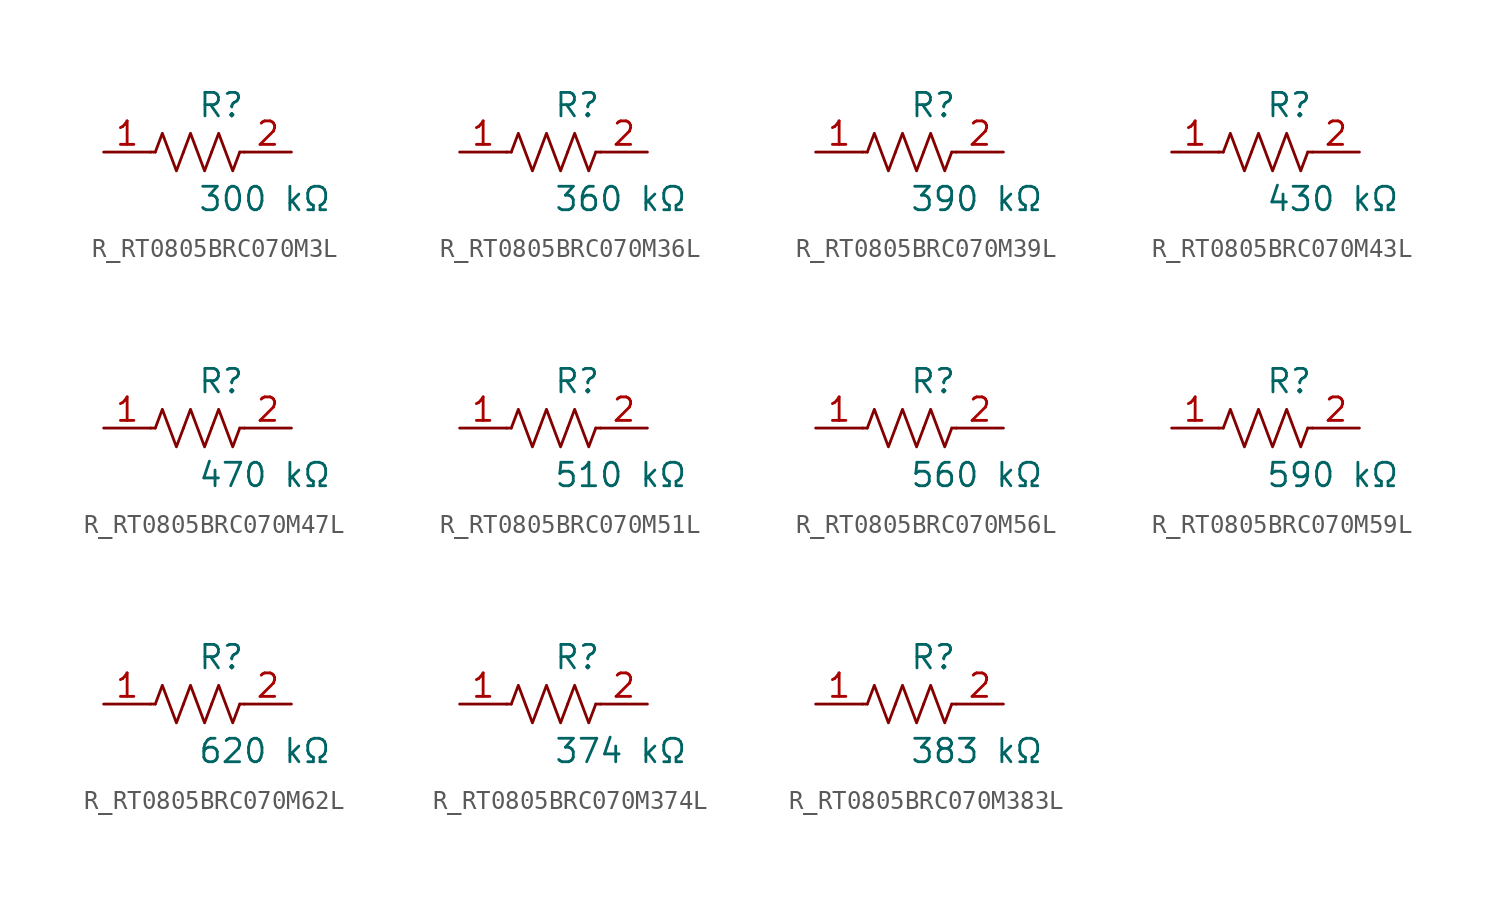
<source format=kicad_sym>
(kicad_symbol_lib
  (version 20231120)
  (generator kicad_symbol_editor)
  (generator_version 8.0)
  (symbol "R_RT0805BRC070M3L"
    (pin_names
      (offset 0.254))
    (property "Reference" "R"
      (at 0.0 2.54 0)
      (effects (font (size 1.27 1.27)) (justify left)))
    (property "Value" "300 kΩ"
      (at 0.0 -2.54 0)
      (effects (font (size 1.27 1.27)) (justify left)))
    (symbol "R_RT0805BRC070M3L_0_1"
      (polyline (pts (xy 2.286 0) (xy 2.54 0)) (stroke (width 0) (type default)) (fill (type none)))
      (polyline (pts (xy -2.286 0) (xy -2.54 0)) (stroke (width 0) (type default)) (fill (type none)))
      (polyline (pts (xy 0.762 0) (xy 1.143 1.016) (xy 1.524 0) (xy 1.905 -1.016) (xy 2.286 0)) (stroke (width 0) (type default)) (fill (type none)))
      (polyline (pts (xy -0.762 0) (xy -0.381 1.016) (xy 0 0) (xy 0.381 -1.016) (xy 0.762 0)) (stroke (width 0) (type default)) (fill (type none)))
      (polyline (pts (xy -2.286 0) (xy -1.905 1.016) (xy -1.524 0) (xy -1.143 -1.016) (xy -0.762 0)) (stroke (width 0) (type default)) (fill (type none))))
    (pin unspecified line
      (at -5.08 0 0)
      (length 2.54)
      (name "" (effects (font (size 1.27 1.27))))
      (number "1" (effects (font (size 1.27 1.27)))))
    (pin unspecified line
      (at 5.08 0 180)
      (length 2.54)
      (name "" (effects (font (size 1.27 1.27))))
      (number "2" (effects (font (size 1.27 1.27))))))
  (symbol "R_RT0805BRC070M36L"
    (pin_names
      (offset 0.254))
    (property "Reference" "R"
      (at 0.0 2.54 0)
      (effects (font (size 1.27 1.27)) (justify left)))
    (property "Value" "360 kΩ"
      (at 0.0 -2.54 0)
      (effects (font (size 1.27 1.27)) (justify left)))
    (symbol "R_RT0805BRC070M36L_0_1"
      (polyline (pts (xy 2.286 0) (xy 2.54 0)) (stroke (width 0) (type default)) (fill (type none)))
      (polyline (pts (xy -2.286 0) (xy -2.54 0)) (stroke (width 0) (type default)) (fill (type none)))
      (polyline (pts (xy 0.762 0) (xy 1.143 1.016) (xy 1.524 0) (xy 1.905 -1.016) (xy 2.286 0)) (stroke (width 0) (type default)) (fill (type none)))
      (polyline (pts (xy -0.762 0) (xy -0.381 1.016) (xy 0 0) (xy 0.381 -1.016) (xy 0.762 0)) (stroke (width 0) (type default)) (fill (type none)))
      (polyline (pts (xy -2.286 0) (xy -1.905 1.016) (xy -1.524 0) (xy -1.143 -1.016) (xy -0.762 0)) (stroke (width 0) (type default)) (fill (type none))))
    (pin unspecified line
      (at -5.08 0 0)
      (length 2.54)
      (name "" (effects (font (size 1.27 1.27))))
      (number "1" (effects (font (size 1.27 1.27)))))
    (pin unspecified line
      (at 5.08 0 180)
      (length 2.54)
      (name "" (effects (font (size 1.27 1.27))))
      (number "2" (effects (font (size 1.27 1.27))))))
  (symbol "R_RT0805BRC070M39L"
    (pin_names
      (offset 0.254))
    (property "Reference" "R"
      (at 0.0 2.54 0)
      (effects (font (size 1.27 1.27)) (justify left)))
    (property "Value" "390 kΩ"
      (at 0.0 -2.54 0)
      (effects (font (size 1.27 1.27)) (justify left)))
    (symbol "R_RT0805BRC070M39L_0_1"
      (polyline (pts (xy 2.286 0) (xy 2.54 0)) (stroke (width 0) (type default)) (fill (type none)))
      (polyline (pts (xy -2.286 0) (xy -2.54 0)) (stroke (width 0) (type default)) (fill (type none)))
      (polyline (pts (xy 0.762 0) (xy 1.143 1.016) (xy 1.524 0) (xy 1.905 -1.016) (xy 2.286 0)) (stroke (width 0) (type default)) (fill (type none)))
      (polyline (pts (xy -0.762 0) (xy -0.381 1.016) (xy 0 0) (xy 0.381 -1.016) (xy 0.762 0)) (stroke (width 0) (type default)) (fill (type none)))
      (polyline (pts (xy -2.286 0) (xy -1.905 1.016) (xy -1.524 0) (xy -1.143 -1.016) (xy -0.762 0)) (stroke (width 0) (type default)) (fill (type none))))
    (pin unspecified line
      (at -5.08 0 0)
      (length 2.54)
      (name "" (effects (font (size 1.27 1.27))))
      (number "1" (effects (font (size 1.27 1.27)))))
    (pin unspecified line
      (at 5.08 0 180)
      (length 2.54)
      (name "" (effects (font (size 1.27 1.27))))
      (number "2" (effects (font (size 1.27 1.27))))))
  (symbol "R_RT0805BRC070M43L"
    (pin_names
      (offset 0.254))
    (property "Reference" "R"
      (at 0.0 2.54 0)
      (effects (font (size 1.27 1.27)) (justify left)))
    (property "Value" "430 kΩ"
      (at 0.0 -2.54 0)
      (effects (font (size 1.27 1.27)) (justify left)))
    (symbol "R_RT0805BRC070M43L_0_1"
      (polyline (pts (xy 2.286 0) (xy 2.54 0)) (stroke (width 0) (type default)) (fill (type none)))
      (polyline (pts (xy -2.286 0) (xy -2.54 0)) (stroke (width 0) (type default)) (fill (type none)))
      (polyline (pts (xy 0.762 0) (xy 1.143 1.016) (xy 1.524 0) (xy 1.905 -1.016) (xy 2.286 0)) (stroke (width 0) (type default)) (fill (type none)))
      (polyline (pts (xy -0.762 0) (xy -0.381 1.016) (xy 0 0) (xy 0.381 -1.016) (xy 0.762 0)) (stroke (width 0) (type default)) (fill (type none)))
      (polyline (pts (xy -2.286 0) (xy -1.905 1.016) (xy -1.524 0) (xy -1.143 -1.016) (xy -0.762 0)) (stroke (width 0) (type default)) (fill (type none))))
    (pin unspecified line
      (at -5.08 0 0)
      (length 2.54)
      (name "" (effects (font (size 1.27 1.27))))
      (number "1" (effects (font (size 1.27 1.27)))))
    (pin unspecified line
      (at 5.08 0 180)
      (length 2.54)
      (name "" (effects (font (size 1.27 1.27))))
      (number "2" (effects (font (size 1.27 1.27))))))
  (symbol "R_RT0805BRC070M47L"
    (pin_names
      (offset 0.254))
    (property "Reference" "R"
      (at 0.0 2.54 0)
      (effects (font (size 1.27 1.27)) (justify left)))
    (property "Value" "470 kΩ"
      (at 0.0 -2.54 0)
      (effects (font (size 1.27 1.27)) (justify left)))
    (symbol "R_RT0805BRC070M47L_0_1"
      (polyline (pts (xy 2.286 0) (xy 2.54 0)) (stroke (width 0) (type default)) (fill (type none)))
      (polyline (pts (xy -2.286 0) (xy -2.54 0)) (stroke (width 0) (type default)) (fill (type none)))
      (polyline (pts (xy 0.762 0) (xy 1.143 1.016) (xy 1.524 0) (xy 1.905 -1.016) (xy 2.286 0)) (stroke (width 0) (type default)) (fill (type none)))
      (polyline (pts (xy -0.762 0) (xy -0.381 1.016) (xy 0 0) (xy 0.381 -1.016) (xy 0.762 0)) (stroke (width 0) (type default)) (fill (type none)))
      (polyline (pts (xy -2.286 0) (xy -1.905 1.016) (xy -1.524 0) (xy -1.143 -1.016) (xy -0.762 0)) (stroke (width 0) (type default)) (fill (type none))))
    (pin unspecified line
      (at -5.08 0 0)
      (length 2.54)
      (name "" (effects (font (size 1.27 1.27))))
      (number "1" (effects (font (size 1.27 1.27)))))
    (pin unspecified line
      (at 5.08 0 180)
      (length 2.54)
      (name "" (effects (font (size 1.27 1.27))))
      (number "2" (effects (font (size 1.27 1.27))))))
  (symbol "R_RT0805BRC070M51L"
    (pin_names
      (offset 0.254))
    (property "Reference" "R"
      (at 0.0 2.54 0)
      (effects (font (size 1.27 1.27)) (justify left)))
    (property "Value" "510 kΩ"
      (at 0.0 -2.54 0)
      (effects (font (size 1.27 1.27)) (justify left)))
    (symbol "R_RT0805BRC070M51L_0_1"
      (polyline (pts (xy 2.286 0) (xy 2.54 0)) (stroke (width 0) (type default)) (fill (type none)))
      (polyline (pts (xy -2.286 0) (xy -2.54 0)) (stroke (width 0) (type default)) (fill (type none)))
      (polyline (pts (xy 0.762 0) (xy 1.143 1.016) (xy 1.524 0) (xy 1.905 -1.016) (xy 2.286 0)) (stroke (width 0) (type default)) (fill (type none)))
      (polyline (pts (xy -0.762 0) (xy -0.381 1.016) (xy 0 0) (xy 0.381 -1.016) (xy 0.762 0)) (stroke (width 0) (type default)) (fill (type none)))
      (polyline (pts (xy -2.286 0) (xy -1.905 1.016) (xy -1.524 0) (xy -1.143 -1.016) (xy -0.762 0)) (stroke (width 0) (type default)) (fill (type none))))
    (pin unspecified line
      (at -5.08 0 0)
      (length 2.54)
      (name "" (effects (font (size 1.27 1.27))))
      (number "1" (effects (font (size 1.27 1.27)))))
    (pin unspecified line
      (at 5.08 0 180)
      (length 2.54)
      (name "" (effects (font (size 1.27 1.27))))
      (number "2" (effects (font (size 1.27 1.27))))))
  (symbol "R_RT0805BRC070M56L"
    (pin_names
      (offset 0.254))
    (property "Reference" "R"
      (at 0.0 2.54 0)
      (effects (font (size 1.27 1.27)) (justify left)))
    (property "Value" "560 kΩ"
      (at 0.0 -2.54 0)
      (effects (font (size 1.27 1.27)) (justify left)))
    (symbol "R_RT0805BRC070M56L_0_1"
      (polyline (pts (xy 2.286 0) (xy 2.54 0)) (stroke (width 0) (type default)) (fill (type none)))
      (polyline (pts (xy -2.286 0) (xy -2.54 0)) (stroke (width 0) (type default)) (fill (type none)))
      (polyline (pts (xy 0.762 0) (xy 1.143 1.016) (xy 1.524 0) (xy 1.905 -1.016) (xy 2.286 0)) (stroke (width 0) (type default)) (fill (type none)))
      (polyline (pts (xy -0.762 0) (xy -0.381 1.016) (xy 0 0) (xy 0.381 -1.016) (xy 0.762 0)) (stroke (width 0) (type default)) (fill (type none)))
      (polyline (pts (xy -2.286 0) (xy -1.905 1.016) (xy -1.524 0) (xy -1.143 -1.016) (xy -0.762 0)) (stroke (width 0) (type default)) (fill (type none))))
    (pin unspecified line
      (at -5.08 0 0)
      (length 2.54)
      (name "" (effects (font (size 1.27 1.27))))
      (number "1" (effects (font (size 1.27 1.27)))))
    (pin unspecified line
      (at 5.08 0 180)
      (length 2.54)
      (name "" (effects (font (size 1.27 1.27))))
      (number "2" (effects (font (size 1.27 1.27))))))
  (symbol "R_RT0805BRC070M59L"
    (pin_names
      (offset 0.254))
    (property "Reference" "R"
      (at 0.0 2.54 0)
      (effects (font (size 1.27 1.27)) (justify left)))
    (property "Value" "590 kΩ"
      (at 0.0 -2.54 0)
      (effects (font (size 1.27 1.27)) (justify left)))
    (symbol "R_RT0805BRC070M59L_0_1"
      (polyline (pts (xy 2.286 0) (xy 2.54 0)) (stroke (width 0) (type default)) (fill (type none)))
      (polyline (pts (xy -2.286 0) (xy -2.54 0)) (stroke (width 0) (type default)) (fill (type none)))
      (polyline (pts (xy 0.762 0) (xy 1.143 1.016) (xy 1.524 0) (xy 1.905 -1.016) (xy 2.286 0)) (stroke (width 0) (type default)) (fill (type none)))
      (polyline (pts (xy -0.762 0) (xy -0.381 1.016) (xy 0 0) (xy 0.381 -1.016) (xy 0.762 0)) (stroke (width 0) (type default)) (fill (type none)))
      (polyline (pts (xy -2.286 0) (xy -1.905 1.016) (xy -1.524 0) (xy -1.143 -1.016) (xy -0.762 0)) (stroke (width 0) (type default)) (fill (type none))))
    (pin unspecified line
      (at -5.08 0 0)
      (length 2.54)
      (name "" (effects (font (size 1.27 1.27))))
      (number "1" (effects (font (size 1.27 1.27)))))
    (pin unspecified line
      (at 5.08 0 180)
      (length 2.54)
      (name "" (effects (font (size 1.27 1.27))))
      (number "2" (effects (font (size 1.27 1.27))))))
  (symbol "R_RT0805BRC070M62L"
    (pin_names
      (offset 0.254))
    (property "Reference" "R"
      (at 0.0 2.54 0)
      (effects (font (size 1.27 1.27)) (justify left)))
    (property "Value" "620 kΩ"
      (at 0.0 -2.54 0)
      (effects (font (size 1.27 1.27)) (justify left)))
    (symbol "R_RT0805BRC070M62L_0_1"
      (polyline (pts (xy 2.286 0) (xy 2.54 0)) (stroke (width 0) (type default)) (fill (type none)))
      (polyline (pts (xy -2.286 0) (xy -2.54 0)) (stroke (width 0) (type default)) (fill (type none)))
      (polyline (pts (xy 0.762 0) (xy 1.143 1.016) (xy 1.524 0) (xy 1.905 -1.016) (xy 2.286 0)) (stroke (width 0) (type default)) (fill (type none)))
      (polyline (pts (xy -0.762 0) (xy -0.381 1.016) (xy 0 0) (xy 0.381 -1.016) (xy 0.762 0)) (stroke (width 0) (type default)) (fill (type none)))
      (polyline (pts (xy -2.286 0) (xy -1.905 1.016) (xy -1.524 0) (xy -1.143 -1.016) (xy -0.762 0)) (stroke (width 0) (type default)) (fill (type none))))
    (pin unspecified line
      (at -5.08 0 0)
      (length 2.54)
      (name "" (effects (font (size 1.27 1.27))))
      (number "1" (effects (font (size 1.27 1.27)))))
    (pin unspecified line
      (at 5.08 0 180)
      (length 2.54)
      (name "" (effects (font (size 1.27 1.27))))
      (number "2" (effects (font (size 1.27 1.27))))))
  (symbol "R_RT0805BRC070M374L"
    (pin_names
      (offset 0.254))
    (property "Reference" "R"
      (at 0.0 2.54 0)
      (effects (font (size 1.27 1.27)) (justify left)))
    (property "Value" "374 kΩ"
      (at 0.0 -2.54 0)
      (effects (font (size 1.27 1.27)) (justify left)))
    (symbol "R_RT0805BRC070M374L_0_1"
      (polyline (pts (xy 2.286 0) (xy 2.54 0)) (stroke (width 0) (type default)) (fill (type none)))
      (polyline (pts (xy -2.286 0) (xy -2.54 0)) (stroke (width 0) (type default)) (fill (type none)))
      (polyline (pts (xy 0.762 0) (xy 1.143 1.016) (xy 1.524 0) (xy 1.905 -1.016) (xy 2.286 0)) (stroke (width 0) (type default)) (fill (type none)))
      (polyline (pts (xy -0.762 0) (xy -0.381 1.016) (xy 0 0) (xy 0.381 -1.016) (xy 0.762 0)) (stroke (width 0) (type default)) (fill (type none)))
      (polyline (pts (xy -2.286 0) (xy -1.905 1.016) (xy -1.524 0) (xy -1.143 -1.016) (xy -0.762 0)) (stroke (width 0) (type default)) (fill (type none))))
    (pin unspecified line
      (at -5.08 0 0)
      (length 2.54)
      (name "" (effects (font (size 1.27 1.27))))
      (number "1" (effects (font (size 1.27 1.27)))))
    (pin unspecified line
      (at 5.08 0 180)
      (length 2.54)
      (name "" (effects (font (size 1.27 1.27))))
      (number "2" (effects (font (size 1.27 1.27))))))
  (symbol "R_RT0805BRC070M383L"
    (pin_names
      (offset 0.254))
    (property "Reference" "R"
      (at 0.0 2.54 0)
      (effects (font (size 1.27 1.27)) (justify left)))
    (property "Value" "383 kΩ"
      (at 0.0 -2.54 0)
      (effects (font (size 1.27 1.27)) (justify left)))
    (symbol "R_RT0805BRC070M383L_0_1"
      (polyline (pts (xy 2.286 0) (xy 2.54 0)) (stroke (width 0) (type default)) (fill (type none)))
      (polyline (pts (xy -2.286 0) (xy -2.54 0)) (stroke (width 0) (type default)) (fill (type none)))
      (polyline (pts (xy 0.762 0) (xy 1.143 1.016) (xy 1.524 0) (xy 1.905 -1.016) (xy 2.286 0)) (stroke (width 0) (type default)) (fill (type none)))
      (polyline (pts (xy -0.762 0) (xy -0.381 1.016) (xy 0 0) (xy 0.381 -1.016) (xy 0.762 0)) (stroke (width 0) (type default)) (fill (type none)))
      (polyline (pts (xy -2.286 0) (xy -1.905 1.016) (xy -1.524 0) (xy -1.143 -1.016) (xy -0.762 0)) (stroke (width 0) (type default)) (fill (type none))))
    (pin unspecified line
      (at -5.08 0 0)
      (length 2.54)
      (name "" (effects (font (size 1.27 1.27))))
      (number "1" (effects (font (size 1.27 1.27)))))
    (pin unspecified line
      (at 5.08 0 180)
      (length 2.54)
      (name "" (effects (font (size 1.27 1.27))))
      (number "2" (effects (font (size 1.27 1.27)))))))
</source>
